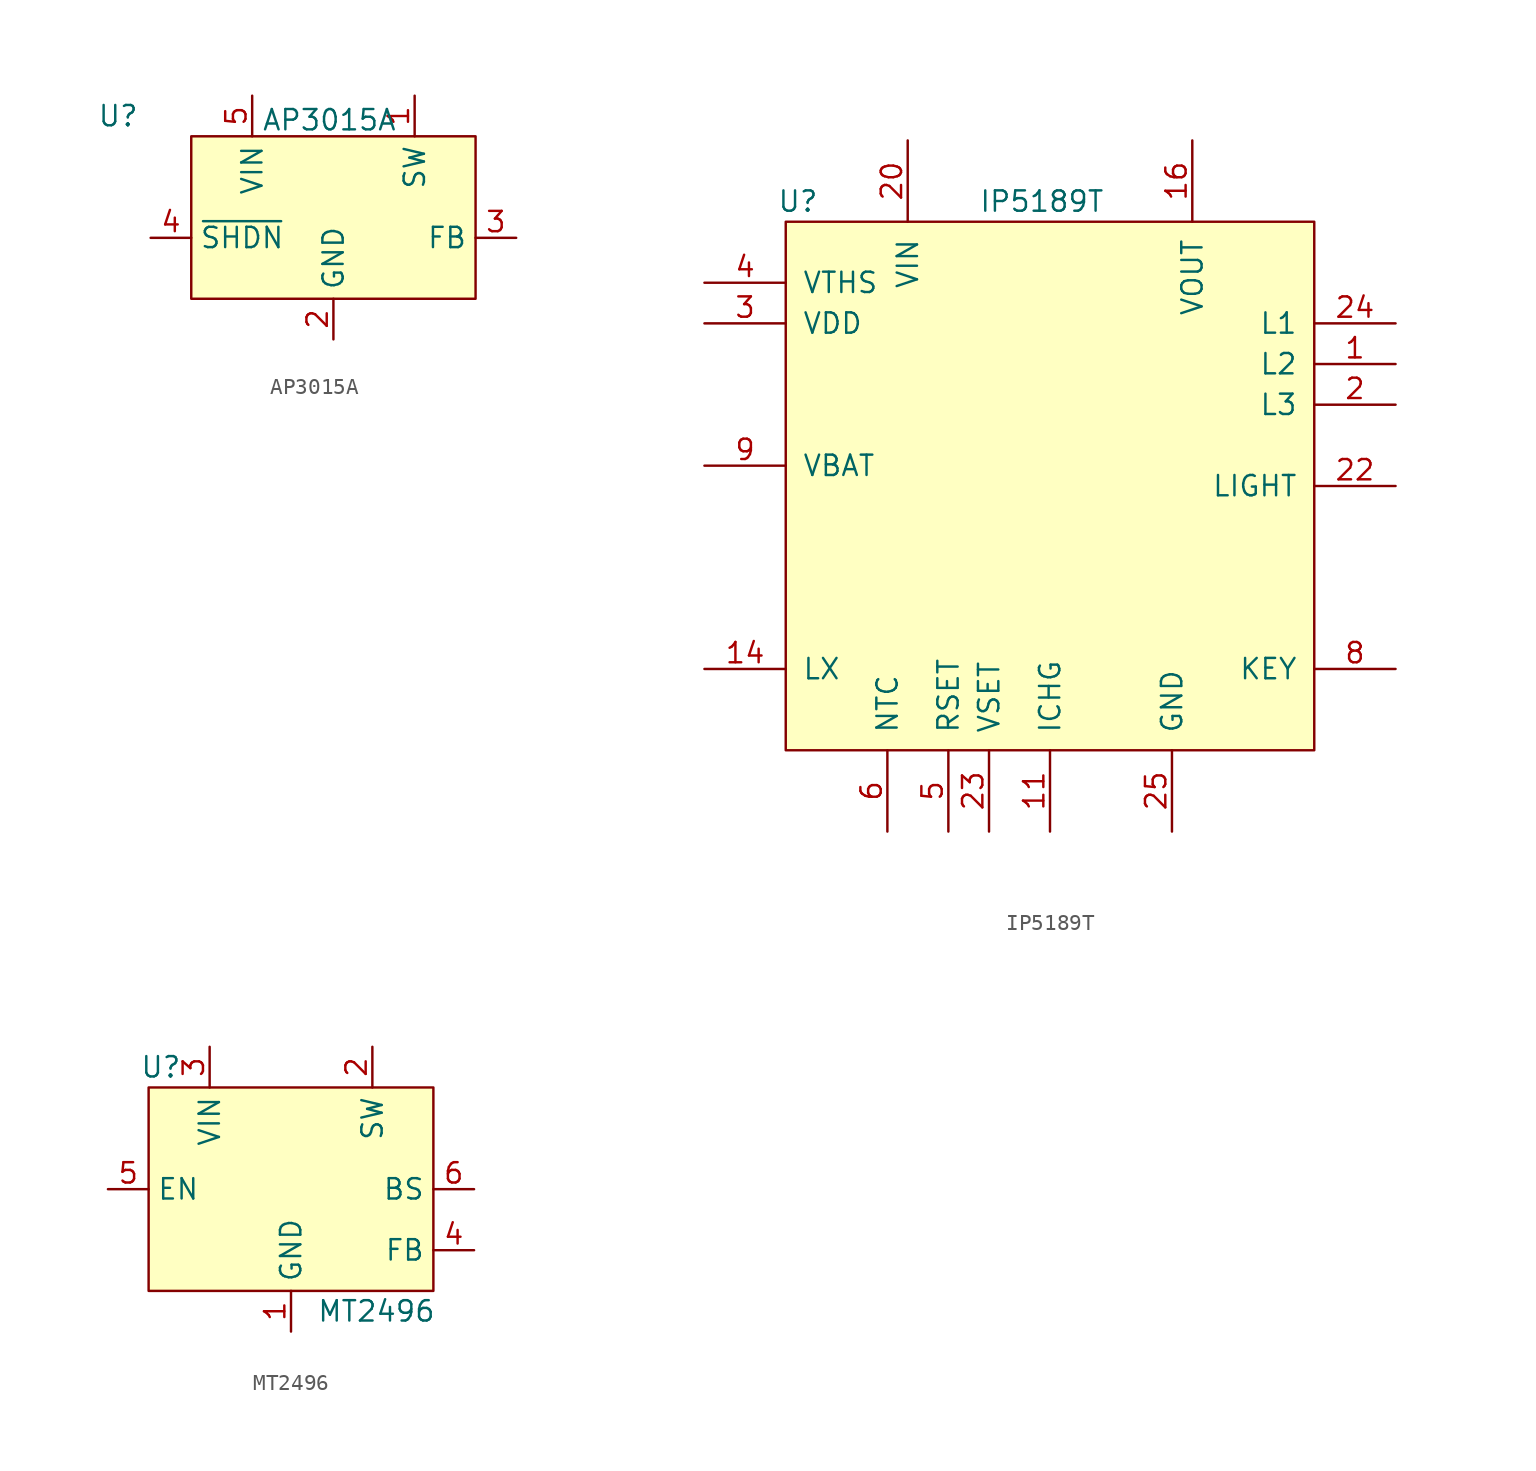
<source format=kicad_sym>
(kicad_symbol_lib
  (version 20241209)
  (generator "kicad_symbol_editor")
  (generator_version "9.0")
  (symbol "AP3015A"
    (property "Reference" "U"
      (at -13.462 6.35 0)
      (effects (font (size 1.27 1.27))))
    (property "Value" "AP3015A"
      (at -0.254 6.096 0)
      (effects (font (size 1.27 1.27))))
    (symbol "AP3015A_1_1"
      (rectangle (start -8.89 5.08) (end 8.89 -5.08) (stroke (width 0) (type solid)) (fill (type background)))
      (pin input line (at -11.43 -1.27 0) (length 2.54) (name "~{SHDN}" (effects (font (size 1.27 1.27)))) (number "4" (effects (font (size 1.27 1.27)))))
      (pin power_in line (at -5.08 7.62 270) (length 2.54) (name "VIN" (effects (font (size 1.27 1.27)))) (number "5" (effects (font (size 1.27 1.27)))))
      (pin power_in line (at 0 -7.62 90) (length 2.54) (name "GND" (effects (font (size 1.27 1.27)))) (number "2" (effects (font (size 1.27 1.27)))))
      (pin output line (at 5.08 7.62 270) (length 2.54) (name "SW" (effects (font (size 1.27 1.27)))) (number "1" (effects (font (size 1.27 1.27)))))
      (pin output line (at 11.43 -1.27 180) (length 2.54) (name "FB" (effects (font (size 1.27 1.27)))) (number "3" (effects (font (size 1.27 1.27)))))))
  (symbol "IP5189T"
    (pin_names
      (offset 1.016))
    (property "Reference" "U"
      (at -15.748 17.78 0)
      (effects (font (size 1.27 1.27))))
    (property "Value" "IP5189T"
      (at -0.508 17.78 0)
      (effects (font (size 1.27 1.27))))
    (symbol "IP5189T_1_1"
      (rectangle (start -16.51 16.51) (end 16.51 -16.51) (stroke (width 0) (type solid)) (fill (type background)))
      (pin input line (at -21.59 12.7 0) (length 5.08) (name "VTHS" (effects (font (size 1.27 1.27)))) (number "4" (effects (font (size 1.27 1.27)))))
      (pin power_out line (at -21.59 10.16 0) (length 5.08) (name "VDD" (effects (font (size 1.27 1.27)))) (number "3" (effects (font (size 1.27 1.27)))))
      (pin power_in line (at -21.59 1.27 0) (length 5.08) (name "VBAT" (effects (font (size 1.27 1.27)))) (number "9" (effects (font (size 1.27 1.27)))))
      (pin no_connect line (at -21.59 -6.35 0) (length 5.08) (hide yes) (name "DM" (effects (font (size 1.27 1.27)))) (number "19" (effects (font (size 1.27 1.27)))))
      (pin no_connect line (at -21.59 -8.89 0) (length 5.08) (hide yes) (name "DP" (effects (font (size 1.27 1.27)))) (number "18" (effects (font (size 1.27 1.27)))))
      (pin bidirectional line (at -21.59 -11.43 0) (length 5.08) (hide yes) (name "LX" (effects (font (size 1.27 1.27)))) (number "13" (effects (font (size 1.27 1.27)))))
      (pin bidirectional line (at -21.59 -11.43 0) (length 5.08) (name "LX" (effects (font (size 1.27 1.27)))) (number "14" (effects (font (size 1.27 1.27)))))
      (pin bidirectional line (at -21.59 -11.43 0) (length 5.08) (hide yes) (name "LX" (effects (font (size 1.27 1.27)))) (number "15" (effects (font (size 1.27 1.27)))))
      (pin input line (at -10.16 -21.59 90) (length 5.08) (name "NTC" (effects (font (size 1.27 1.27)))) (number "6" (effects (font (size 1.27 1.27)))))
      (pin power_in line (at -8.89 21.59 270) (length 5.08) (name "VIN" (effects (font (size 1.27 1.27)))) (number "20" (effects (font (size 1.27 1.27)))))
      (pin power_in line (at -8.89 21.59 270) (length 5.08) (hide yes) (name "VIN" (effects (font (size 1.27 1.27)))) (number "21" (effects (font (size 1.27 1.27)))))
      (pin input line (at -6.35 -21.59 90) (length 5.08) (name "RSET" (effects (font (size 1.27 1.27)))) (number "5" (effects (font (size 1.27 1.27)))))
      (pin input line (at -3.81 -21.59 90) (length 5.08) (name "VSET" (effects (font (size 1.27 1.27)))) (number "23" (effects (font (size 1.27 1.27)))))
      (pin input line (at 0 -21.59 90) (length 5.08) (name "ICHG" (effects (font (size 1.27 1.27)))) (number "11" (effects (font (size 1.27 1.27)))))
      (pin power_in line (at 7.62 -21.59 90) (length 5.08) (hide yes) (name "PGND" (effects (font (size 1.27 1.27)))) (number "12" (effects (font (size 1.27 1.27)))))
      (pin power_in line (at 7.62 -21.59 90) (length 5.08) (name "GND" (effects (font (size 1.27 1.27)))) (number "25" (effects (font (size 1.27 1.27)))))
      (pin power_in line (at 7.62 -21.59 90) (length 5.08) (hide yes) (name "AGND" (effects (font (size 1.27 1.27)))) (number "7" (effects (font (size 1.27 1.27)))))
      (pin power_out line (at 8.89 21.59 270) (length 5.08) (name "VOUT" (effects (font (size 1.27 1.27)))) (number "16" (effects (font (size 1.27 1.27)))))
      (pin power_out line (at 8.89 21.59 270) (length 5.08) (hide yes) (name "VOUT" (effects (font (size 1.27 1.27)))) (number "17" (effects (font (size 1.27 1.27)))))
      (pin output line (at 21.59 10.16 180) (length 5.08) (name "L1" (effects (font (size 1.27 1.27)))) (number "24" (effects (font (size 1.27 1.27)))))
      (pin output line (at 21.59 7.62 180) (length 5.08) (name "L2" (effects (font (size 1.27 1.27)))) (number "1" (effects (font (size 1.27 1.27)))))
      (pin output line (at 21.59 5.08 180) (length 5.08) (name "L3" (effects (font (size 1.27 1.27)))) (number "2" (effects (font (size 1.27 1.27)))))
      (pin output line (at 21.59 0 180) (length 5.08) (name "LIGHT" (effects (font (size 1.27 1.27)))) (number "22" (effects (font (size 1.27 1.27)))))
      (pin no_connect line (at 21.59 -6.35 180) (length 5.08) (hide yes) (name "NC" (effects (font (size 1.27 1.27)))) (number "10" (effects (font (size 1.27 1.27)))))
      (pin input line (at 21.59 -11.43 180) (length 5.08) (name "KEY" (effects (font (size 1.27 1.27)))) (number "8" (effects (font (size 1.27 1.27)))))))
  (symbol "MT2496"
    (property "Reference" "U"
      (at -8.128 7.62 0)
      (effects (font (size 1.27 1.27))))
    (property "Value" "MT2496"
      (at 5.334 -7.62 0)
      (effects (font (size 1.27 1.27))))
    (symbol "MT2496_1_1"
      (rectangle (start -8.89 6.35) (end 8.89 -6.35) (stroke (width 0) (type solid)) (fill (type background)))
      (pin input line (at -11.43 0 0) (length 2.54) (name "EN" (effects (font (size 1.27 1.27)))) (number "5" (effects (font (size 1.27 1.27)))))
      (pin power_in line (at -5.08 8.89 270) (length 2.54) (name "VIN" (effects (font (size 1.27 1.27)))) (number "3" (effects (font (size 1.27 1.27)))))
      (pin power_in line (at 0 -8.89 90) (length 2.54) (name "GND" (effects (font (size 1.27 1.27)))) (number "1" (effects (font (size 1.27 1.27)))))
      (pin output line (at 5.08 8.89 270) (length 2.54) (name "SW" (effects (font (size 1.27 1.27)))) (number "2" (effects (font (size 1.27 1.27)))))
      (pin output line (at 11.43 0 180) (length 2.54) (name "BS" (effects (font (size 1.27 1.27)))) (number "6" (effects (font (size 1.27 1.27)))))
      (pin output line (at 11.43 -3.81 180) (length 2.54) (name "FB" (effects (font (size 1.27 1.27)))) (number "4" (effects (font (size 1.27 1.27))))))))
</source>
